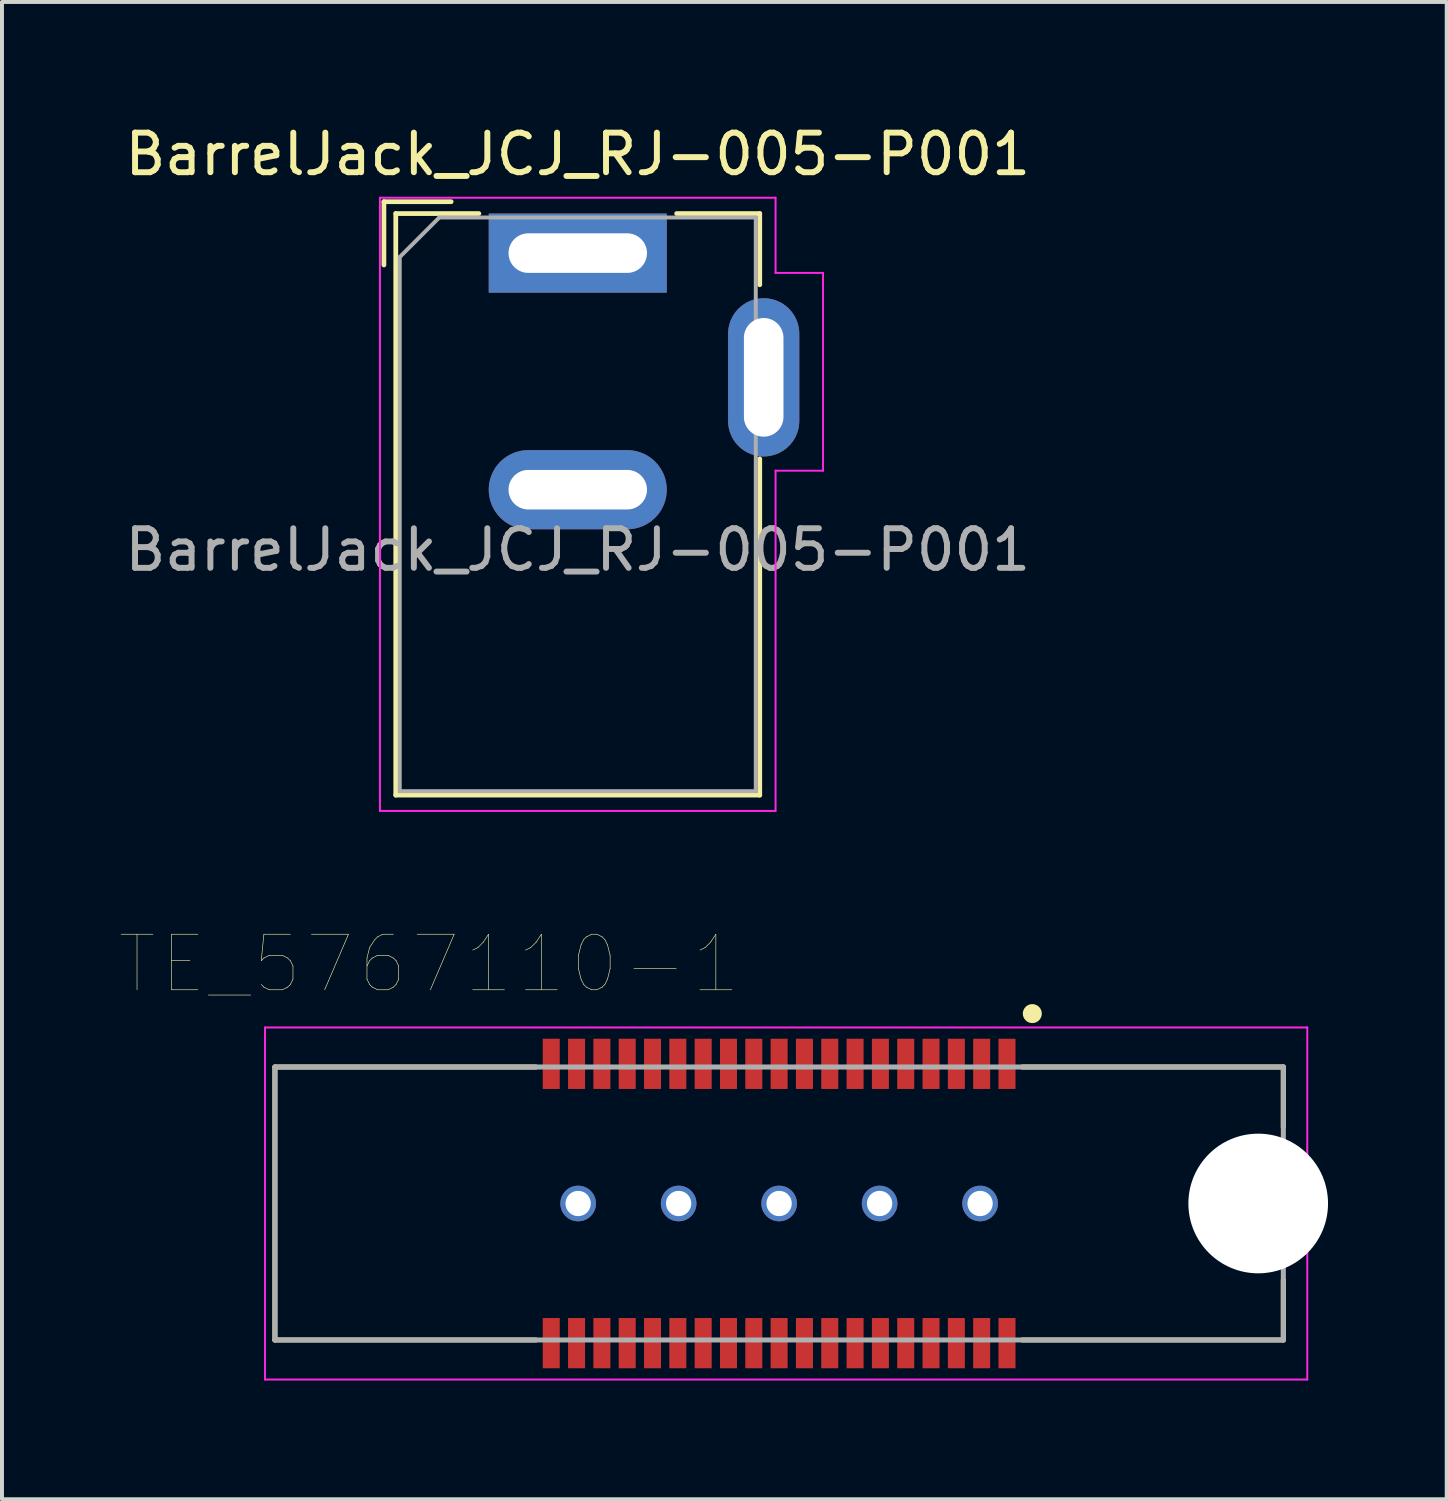
<source format=kicad_pcb>
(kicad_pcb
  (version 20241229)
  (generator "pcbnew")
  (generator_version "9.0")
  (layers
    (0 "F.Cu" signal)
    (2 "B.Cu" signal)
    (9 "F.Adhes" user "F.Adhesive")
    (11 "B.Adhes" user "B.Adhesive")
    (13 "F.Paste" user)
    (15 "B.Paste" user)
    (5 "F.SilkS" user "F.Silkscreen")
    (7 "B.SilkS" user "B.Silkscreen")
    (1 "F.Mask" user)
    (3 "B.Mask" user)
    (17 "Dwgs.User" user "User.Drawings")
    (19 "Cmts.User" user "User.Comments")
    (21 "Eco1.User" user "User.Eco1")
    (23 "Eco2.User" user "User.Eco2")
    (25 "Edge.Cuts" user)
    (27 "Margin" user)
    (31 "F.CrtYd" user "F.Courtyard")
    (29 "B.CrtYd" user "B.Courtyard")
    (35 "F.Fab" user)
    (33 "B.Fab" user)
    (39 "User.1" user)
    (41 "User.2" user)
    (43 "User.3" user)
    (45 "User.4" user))
  (footprint "TE_5767110-1"
    (layer "F.Cu")
    (at 16.644 27.371)
    (property "Reference" "TE_5767110-1" (at -8.848 -6.051 0) (layer "F.SilkS") (effects (font (size 1.403 1.403) (thickness 0.015))))
    (attr through_hole)
    (fp_line (start -12.745 -3.45) (end -6.15 -3.45) (stroke (width 0.127) (type solid)) (layer "F.SilkS"))
    (fp_line (start -12.745 3.45) (end -12.745 -3.45) (stroke (width 0.127) (type solid)) (layer "F.SilkS"))
    (fp_line (start -12.745 3.45) (end -6.15 3.45) (stroke (width 0.127) (type solid)) (layer "F.SilkS"))
    (fp_line (start 12.745 -3.45) (end 6.15 -3.45) (stroke (width 0.127) (type solid)) (layer "F.SilkS"))
    (fp_line (start 12.745 -3.45) (end 12.745 -1.93) (stroke (width 0.127) (type solid)) (layer "F.SilkS"))
    (fp_line (start 12.745 1.93) (end 12.745 3.45) (stroke (width 0.127) (type solid)) (layer "F.SilkS"))
    (fp_line (start 12.745 3.45) (end 6.15 3.45) (stroke (width 0.127) (type solid)) (layer "F.SilkS"))
    (fp_circle (center 6.4 -4.8) (end 6.52 -4.8) (stroke (width 0.24) (type solid)) (fill no) (layer "F.SilkS"))
    (fp_line (start -12.995 -4.45) (end -12.995 4.45) (stroke (width 0.05) (type solid)) (layer "F.CrtYd"))
    (fp_line (start -12.995 4.45) (end 13.35 4.45) (stroke (width 0.05) (type solid)) (layer "F.CrtYd"))
    (fp_line (start 13.35 -4.45) (end -12.995 -4.45) (stroke (width 0.05) (type solid)) (layer "F.CrtYd"))
    (fp_line (start 13.35 4.45) (end 13.35 -4.45) (stroke (width 0.05) (type solid)) (layer "F.CrtYd"))
    (fp_line (start -12.745 -3.45) (end -12.745 3.45) (stroke (width 0.127) (type solid)) (layer "F.Fab"))
    (fp_line (start 12.745 -3.45) (end -12.745 -3.45) (stroke (width 0.127) (type solid)) (layer "F.Fab"))
    (fp_line (start 12.745 3.45) (end -12.745 3.45) (stroke (width 0.127) (type solid)) (layer "F.Fab"))
    (fp_line (start 12.745 3.45) (end 12.745 -3.45) (stroke (width 0.127) (type solid)) (layer "F.Fab"))
    (pad "" np_thru_hole circle (at 12.11 0) (size 3.53 3.53) (drill 3.53) (layers "*.Cu" "*.Mask"))
    (pad "1" smd rect (at 5.76 -3.53) (size 0.43 1.27) (layers "F.Cu" "F.Mask" "F.Paste"))
    (pad "2" smd rect (at 5.76 3.53) (size 0.43 1.27) (layers "F.Cu" "F.Mask" "F.Paste"))
    (pad "3" smd rect (at 5.12 -3.53) (size 0.43 1.27) (layers "F.Cu" "F.Mask" "F.Paste"))
    (pad "4" smd rect (at 5.12 3.53) (size 0.43 1.27) (layers "F.Cu" "F.Mask" "F.Paste"))
    (pad "5" smd rect (at 4.48 -3.53) (size 0.43 1.27) (layers "F.Cu" "F.Mask" "F.Paste"))
    (pad "6" smd rect (at 4.48 3.53) (size 0.43 1.27) (layers "F.Cu" "F.Mask" "F.Paste"))
    (pad "7" smd rect (at 3.84 -3.53) (size 0.43 1.27) (layers "F.Cu" "F.Mask" "F.Paste"))
    (pad "8" smd rect (at 3.84 3.53) (size 0.43 1.27) (layers "F.Cu" "F.Mask" "F.Paste"))
    (pad "9" smd rect (at 3.2 -3.53) (size 0.43 1.27) (layers "F.Cu" "F.Mask" "F.Paste"))
    (pad "10" smd rect (at 3.2 3.53) (size 0.43 1.27) (layers "F.Cu" "F.Mask" "F.Paste"))
    (pad "11" smd rect (at 2.56 -3.53) (size 0.43 1.27) (layers "F.Cu" "F.Mask" "F.Paste"))
    (pad "12" smd rect (at 2.56 3.53) (size 0.43 1.27) (layers "F.Cu" "F.Mask" "F.Paste"))
    (pad "13" smd rect (at 1.92 -3.53) (size 0.43 1.27) (layers "F.Cu" "F.Mask" "F.Paste"))
    (pad "14" smd rect (at 1.92 3.53) (size 0.43 1.27) (layers "F.Cu" "F.Mask" "F.Paste"))
    (pad "15" smd rect (at 1.28 -3.53) (size 0.43 1.27) (layers "F.Cu" "F.Mask" "F.Paste"))
    (pad "16" smd rect (at 1.28 3.53) (size 0.43 1.27) (layers "F.Cu" "F.Mask" "F.Paste"))
    (pad "17" smd rect (at 0.64 -3.53) (size 0.43 1.27) (layers "F.Cu" "F.Mask" "F.Paste"))
    (pad "18" smd rect (at 0.64 3.53) (size 0.43 1.27) (layers "F.Cu" "F.Mask" "F.Paste"))
    (pad "19" smd rect (at 0 -3.53) (size 0.43 1.27) (layers "F.Cu" "F.Mask" "F.Paste"))
    (pad "20" smd rect (at 0 3.53) (size 0.43 1.27) (layers "F.Cu" "F.Mask" "F.Paste"))
    (pad "21" smd rect (at -0.64 -3.53) (size 0.43 1.27) (layers "F.Cu" "F.Mask" "F.Paste"))
    (pad "22" smd rect (at -0.64 3.53) (size 0.43 1.27) (layers "F.Cu" "F.Mask" "F.Paste"))
    (pad "23" smd rect (at -1.28 -3.53) (size 0.43 1.27) (layers "F.Cu" "F.Mask" "F.Paste"))
    (pad "24" smd rect (at -1.28 3.53) (size 0.43 1.27) (layers "F.Cu" "F.Mask" "F.Paste"))
    (pad "25" smd rect (at -1.92 -3.53) (size 0.43 1.27) (layers "F.Cu" "F.Mask" "F.Paste"))
    (pad "26" smd rect (at -1.92 3.53) (size 0.43 1.27) (layers "F.Cu" "F.Mask" "F.Paste"))
    (pad "27" smd rect (at -2.56 -3.53) (size 0.43 1.27) (layers "F.Cu" "F.Mask" "F.Paste"))
    (pad "28" smd rect (at -2.56 3.53) (size 0.43 1.27) (layers "F.Cu" "F.Mask" "F.Paste"))
    (pad "29" smd rect (at -3.2 -3.53) (size 0.43 1.27) (layers "F.Cu" "F.Mask" "F.Paste"))
    (pad "30" smd rect (at -3.2 3.53) (size 0.43 1.27) (layers "F.Cu" "F.Mask" "F.Paste"))
    (pad "31" smd rect (at -3.84 -3.53) (size 0.43 1.27) (layers "F.Cu" "F.Mask" "F.Paste"))
    (pad "32" smd rect (at -3.84 3.53) (size 0.43 1.27) (layers "F.Cu" "F.Mask" "F.Paste"))
    (pad "33" smd rect (at -4.48 -3.53) (size 0.43 1.27) (layers "F.Cu" "F.Mask" "F.Paste"))
    (pad "34" smd rect (at -4.48 3.53) (size 0.43 1.27) (layers "F.Cu" "F.Mask" "F.Paste"))
    (pad "35" smd rect (at -5.12 -3.53) (size 0.43 1.27) (layers "F.Cu" "F.Mask" "F.Paste"))
    (pad "36" smd rect (at -5.12 3.53) (size 0.43 1.27) (layers "F.Cu" "F.Mask" "F.Paste"))
    (pad "37" smd rect (at -5.76 -3.53) (size 0.43 1.27) (layers "F.Cu" "F.Mask" "F.Paste"))
    (pad "38" smd rect (at -5.76 3.53) (size 0.43 1.27) (layers "F.Cu" "F.Mask" "F.Paste"))
    (pad "CG1" thru_hole circle (at -5.08 0) (size 0.9 0.9) (drill 0.64) (layers "*.Cu" "*.Mask"))
    (pad "CG2" thru_hole circle (at -2.54 0) (size 0.9 0.9) (drill 0.64) (layers "*.Cu" "*.Mask"))
    (pad "CG3" thru_hole circle (at 0 0) (size 0.9 0.9) (drill 0.64) (layers "*.Cu" "*.Mask"))
    (pad "CG4" thru_hole circle (at 2.54 0) (size 0.9 0.9) (drill 0.64) (layers "*.Cu" "*.Mask"))
    (pad "CG5" thru_hole circle (at 5.08 0) (size 0.9 0.9) (drill 0.64) (layers "*.Cu" "*.Mask")))
  (footprint "BarrelJack_JCJ_RJ-005-P001"
    (layer "F.Cu")
    (at 11.554 3.348)
    (property "Reference" "BarrelJack_JCJ_RJ-005-P001" (at 0 -2.5 0) (layer "F.SilkS") (effects (font (size 1 1) (thickness 0.15))))
    (attr through_hole)
    (fp_line (start -4.9 -1.3) (end -4.9 0.3) (stroke (width 0.12) (type solid)) (layer "F.SilkS"))
    (fp_line (start -4.6 -1) (end -2.5 -1) (stroke (width 0.12) (type solid)) (layer "F.SilkS"))
    (fp_line (start -4.6 13.7) (end -4.6 -1) (stroke (width 0.12) (type solid)) (layer "F.SilkS"))
    (fp_line (start -3.2 -1.3) (end -4.9 -1.3) (stroke (width 0.12) (type solid)) (layer "F.SilkS"))
    (fp_line (start 2.5 -1) (end 4.6 -1) (stroke (width 0.12) (type solid)) (layer "F.SilkS"))
    (fp_line (start 4.6 -1) (end 4.6 0.8) (stroke (width 0.12) (type solid)) (layer "F.SilkS"))
    (fp_line (start 4.6 5.2) (end 4.6 13.7) (stroke (width 0.12) (type solid)) (layer "F.SilkS"))
    (fp_line (start 4.6 13.7) (end -4.6 13.7) (stroke (width 0.12) (type solid)) (layer "F.SilkS"))
    (fp_line (start -5 -1.4) (end -5 14.1) (stroke (width 0.05) (type solid)) (layer "F.CrtYd"))
    (fp_line (start -5 14.1) (end 5 14.1) (stroke (width 0.05) (type solid)) (layer "F.CrtYd"))
    (fp_line (start 5 -1.4) (end -5 -1.4) (stroke (width 0.05) (type solid)) (layer "F.CrtYd"))
    (fp_line (start 5 0.5) (end 5 -1.4) (stroke (width 0.05) (type solid)) (layer "F.CrtYd"))
    (fp_line (start 5 14.1) (end 5 5.5) (stroke (width 0.05) (type solid)) (layer "F.CrtYd"))
    (fp_line (start 6.2 0.5) (end 5 0.5) (stroke (width 0.05) (type solid)) (layer "F.CrtYd"))
    (fp_line (start 6.2 0.5) (end 6.2 5.5) (stroke (width 0.05) (type solid)) (layer "F.CrtYd"))
    (fp_line (start 6.2 5.5) (end 5 5.5) (stroke (width 0.05) (type solid)) (layer "F.CrtYd"))
    (fp_line (start -4.5 0.1) (end -3.5 -0.9) (stroke (width 0.1) (type solid)) (layer "F.Fab"))
    (fp_line (start -4.5 13.6) (end -4.5 0.1) (stroke (width 0.1) (type solid)) (layer "F.Fab"))
    (fp_line (start 4.5 -0.9) (end -3.5 -0.9) (stroke (width 0.1) (type solid)) (layer "F.Fab"))
    (fp_line (start 4.5 -0.9) (end 4.5 13.6) (stroke (width 0.1) (type solid)) (layer "F.Fab"))
    (fp_line (start 4.5 13.6) (end -4.5 13.6) (stroke (width 0.1) (type solid)) (layer "F.Fab"))
    (fp_text user "${REFERENCE}" (at 0 7.5 0) (layer "F.Fab") (effects (font (size 1 1) (thickness 0.15))))
    (pad "1" thru_hole rect (at 0 0) (size 4.5 2) (drill oval 3.5 1) (layers "*.Cu" "*.Mask"))
    (pad "2" thru_hole oval (at 4.7 3.14 90) (size 4 1.8) (drill oval 3 1) (layers "*.Cu" "*.Mask"))
    (pad "3" thru_hole oval (at 0 5.98) (size 4.5 2) (drill oval 3.5 1) (layers "*.Cu" "*.Mask")))
  (gr_rect
    (start -3 -3)
    (end 33.519 34.846)
    (stroke (width 0.1) (type default))
    (fill no)
    (layer "Edge.Cuts")))
</source>
